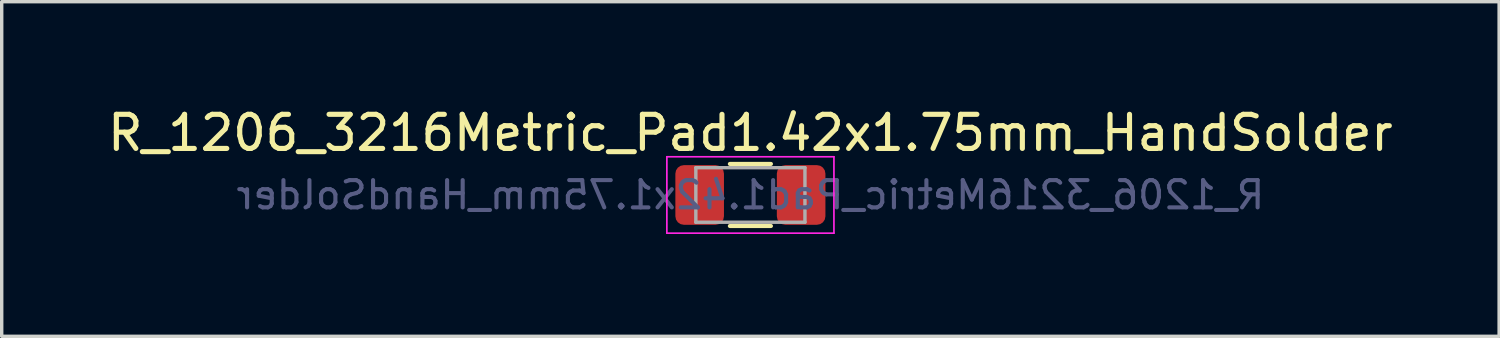
<source format=kicad_pcb>
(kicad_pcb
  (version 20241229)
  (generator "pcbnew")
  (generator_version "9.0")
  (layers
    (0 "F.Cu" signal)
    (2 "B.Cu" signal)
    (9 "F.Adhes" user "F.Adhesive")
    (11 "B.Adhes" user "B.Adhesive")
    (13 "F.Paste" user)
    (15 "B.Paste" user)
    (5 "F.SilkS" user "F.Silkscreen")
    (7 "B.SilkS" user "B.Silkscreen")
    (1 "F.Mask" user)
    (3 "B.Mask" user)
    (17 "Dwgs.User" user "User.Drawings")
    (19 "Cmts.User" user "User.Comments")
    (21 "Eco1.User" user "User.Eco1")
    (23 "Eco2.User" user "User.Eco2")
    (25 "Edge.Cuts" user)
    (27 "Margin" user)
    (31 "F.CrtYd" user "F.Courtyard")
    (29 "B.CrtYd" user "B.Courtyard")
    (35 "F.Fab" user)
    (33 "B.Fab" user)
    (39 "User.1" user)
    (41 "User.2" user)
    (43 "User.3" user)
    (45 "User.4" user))
  (footprint "R_1206_3216Metric_Pad1.42x1.75mm_HandSolder"
    (layer "F.Cu")
    (at 18.958 2.668)
    (property "Reference" "R_1206_3216Metric_Pad1.42x1.75mm_HandSolder" (at 0 -1.82 0) (layer "F.SilkS") (effects (font (size 1 1) (thickness 0.15))))
    (attr smd)
    (fp_line (start -0.602 -0.91) (end 0.602 -0.91) (stroke (width 0.12) (type solid)) (layer "F.SilkS"))
    (fp_line (start -0.602 0.91) (end 0.602 0.91) (stroke (width 0.12) (type solid)) (layer "F.SilkS"))
    (fp_line (start -2.45 -1.12) (end 2.45 -1.12) (stroke (width 0.05) (type solid)) (layer "F.CrtYd"))
    (fp_line (start -2.45 1.12) (end -2.45 -1.12) (stroke (width 0.05) (type solid)) (layer "F.CrtYd"))
    (fp_line (start 2.45 -1.12) (end 2.45 1.12) (stroke (width 0.05) (type solid)) (layer "F.CrtYd"))
    (fp_line (start 2.45 1.12) (end -2.45 1.12) (stroke (width 0.05) (type solid)) (layer "F.CrtYd"))
    (fp_line (start -1.6 -0.8) (end 1.6 -0.8) (stroke (width 0.1) (type solid)) (layer "F.Fab"))
    (fp_line (start -1.6 0.8) (end -1.6 -0.8) (stroke (width 0.1) (type solid)) (layer "F.Fab"))
    (fp_line (start 1.6 -0.8) (end 1.6 0.8) (stroke (width 0.1) (type solid)) (layer "F.Fab"))
    (fp_line (start 1.6 0.8) (end -1.6 0.8) (stroke (width 0.1) (type solid)) (layer "F.Fab"))
    (fp_text user "${REFERENCE}" (at 0 0 0) (layer "B.Fab") (effects (font (size 0.8 0.8) (thickness 0.12)) (justify mirror)))
    (pad "1" smd roundrect (at -1.488 0) (size 1.425 1.75) (layers "F.Cu" "F.Mask" "F.Paste") (roundrect_rratio 0.175))
    (pad "2" smd roundrect (at 1.488 0) (size 1.425 1.75) (layers "F.Cu" "F.Mask" "F.Paste") (roundrect_rratio 0.175)))
  (gr_rect
    (start -3 -3)
    (end 40.917 6.813)
    (stroke (width 0.1) (type default))
    (fill no)
    (layer "Edge.Cuts")))
</source>
